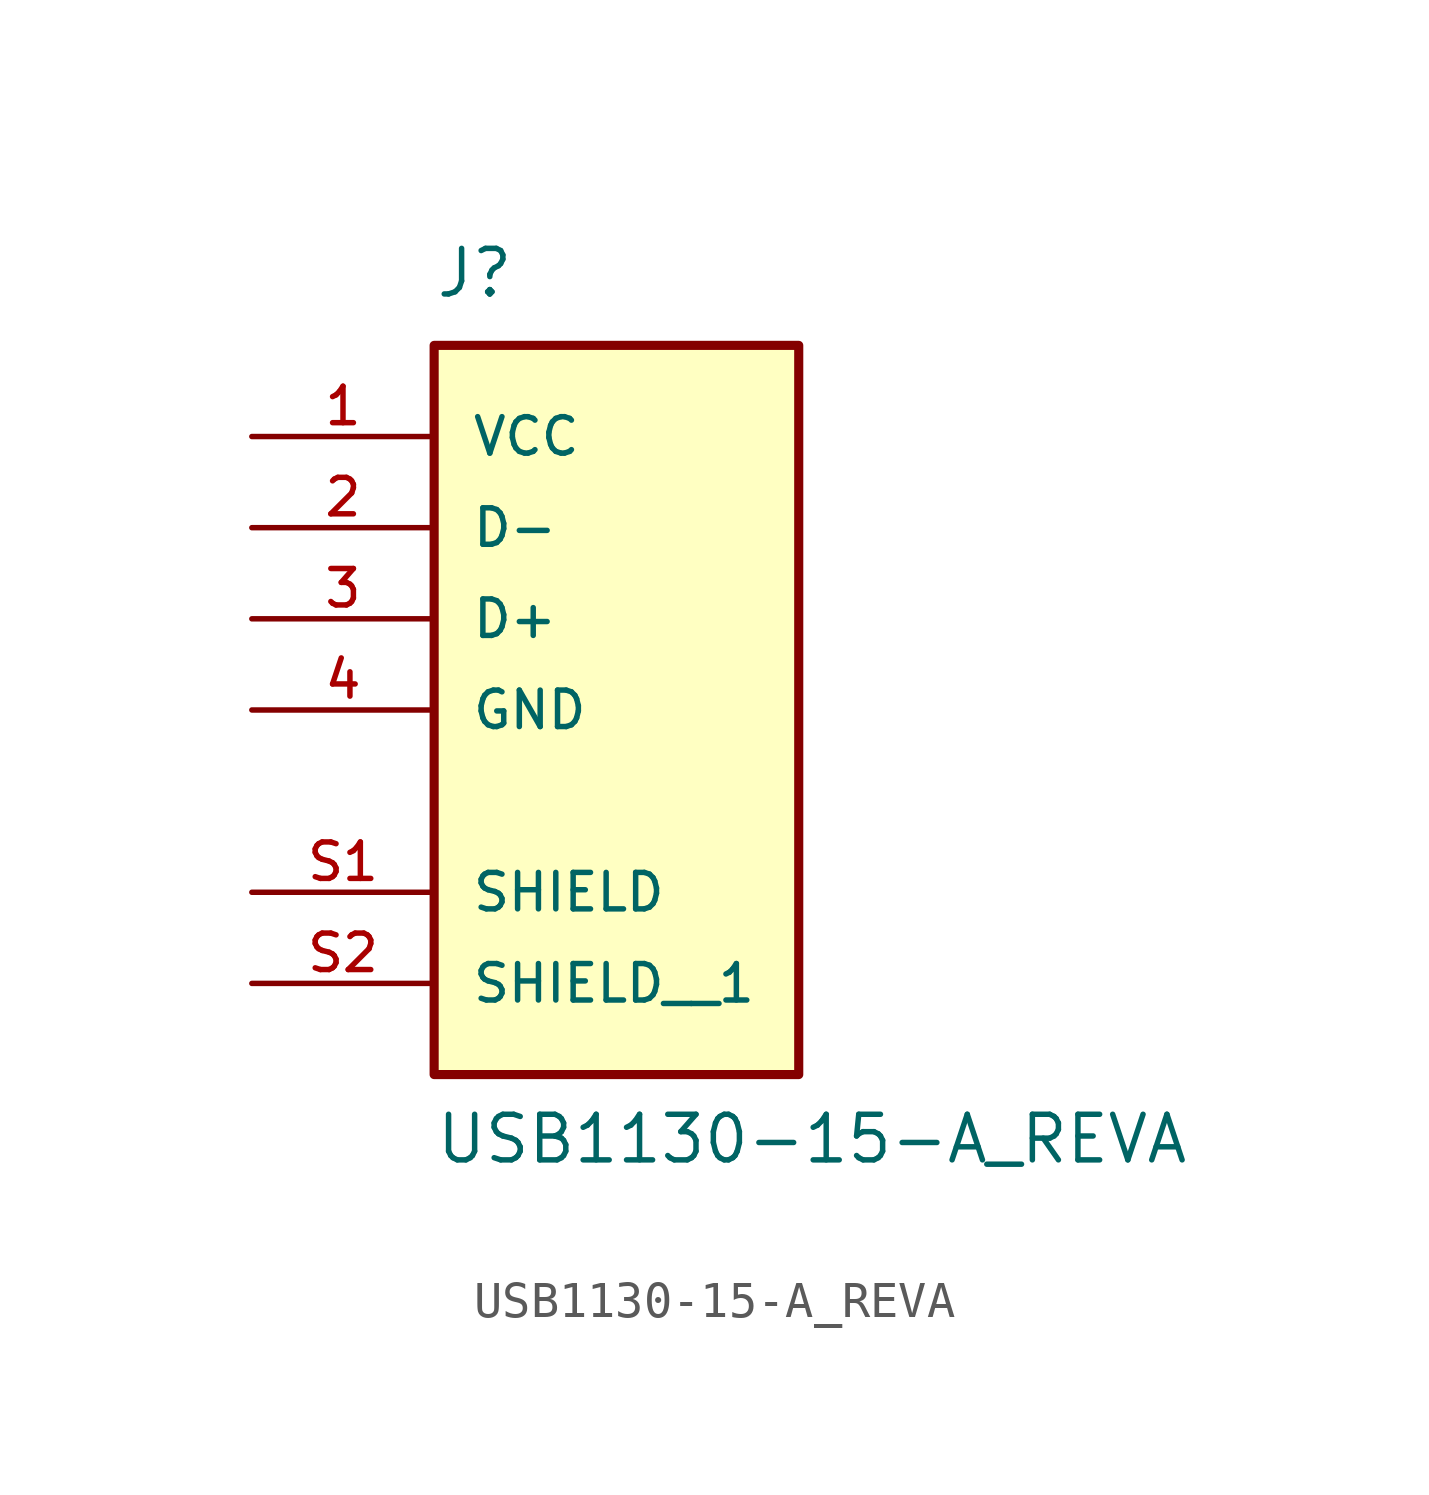
<source format=kicad_sym>
(kicad_symbol_lib
  (version 20211014)
  (generator kicad_symbol_editor)
  (symbol "USB1130-15-A_REVA"
    (pin_names
      (offset 1.016))
    (property "Reference" "J"
      (at -5.08 8.89 0)
      (effects (font (size 1.27 1.27)) (justify bottom left)))
    (property "Value" "USB1130-15-A_REVA"
      (at -5.08 -15.24 0)
      (effects (font (size 1.27 1.27)) (justify bottom left)))
    (symbol "USB1130-15-A_REVA_0_0"
      (rectangle (start -5.08 -12.7) (end 5.08 7.62) (stroke (width 0.254)) (fill (type background)))
      (pin power_in line (at -10.16 5.08 0) (length 5.08) (name "VCC" (effects (font (size 1.016 1.016)))) (number "1" (effects (font (size 1.016 1.016)))))
      (pin bidirectional line (at -10.16 2.54 0) (length 5.08) (name "D-" (effects (font (size 1.016 1.016)))) (number "2" (effects (font (size 1.016 1.016)))))
      (pin bidirectional line (at -10.16 0.0 0) (length 5.08) (name "D+" (effects (font (size 1.016 1.016)))) (number "3" (effects (font (size 1.016 1.016)))))
      (pin power_in line (at -10.16 -2.54 0) (length 5.08) (name "GND" (effects (font (size 1.016 1.016)))) (number "4" (effects (font (size 1.016 1.016)))))
      (pin passive line (at -10.16 -7.62 0) (length 5.08) (name "SHIELD" (effects (font (size 1.016 1.016)))) (number "S1" (effects (font (size 1.016 1.016)))))
      (pin passive line (at -10.16 -10.16 0) (length 5.08) (name "SHIELD__1" (effects (font (size 1.016 1.016)))) (number "S2" (effects (font (size 1.016 1.016))))))))
</source>
